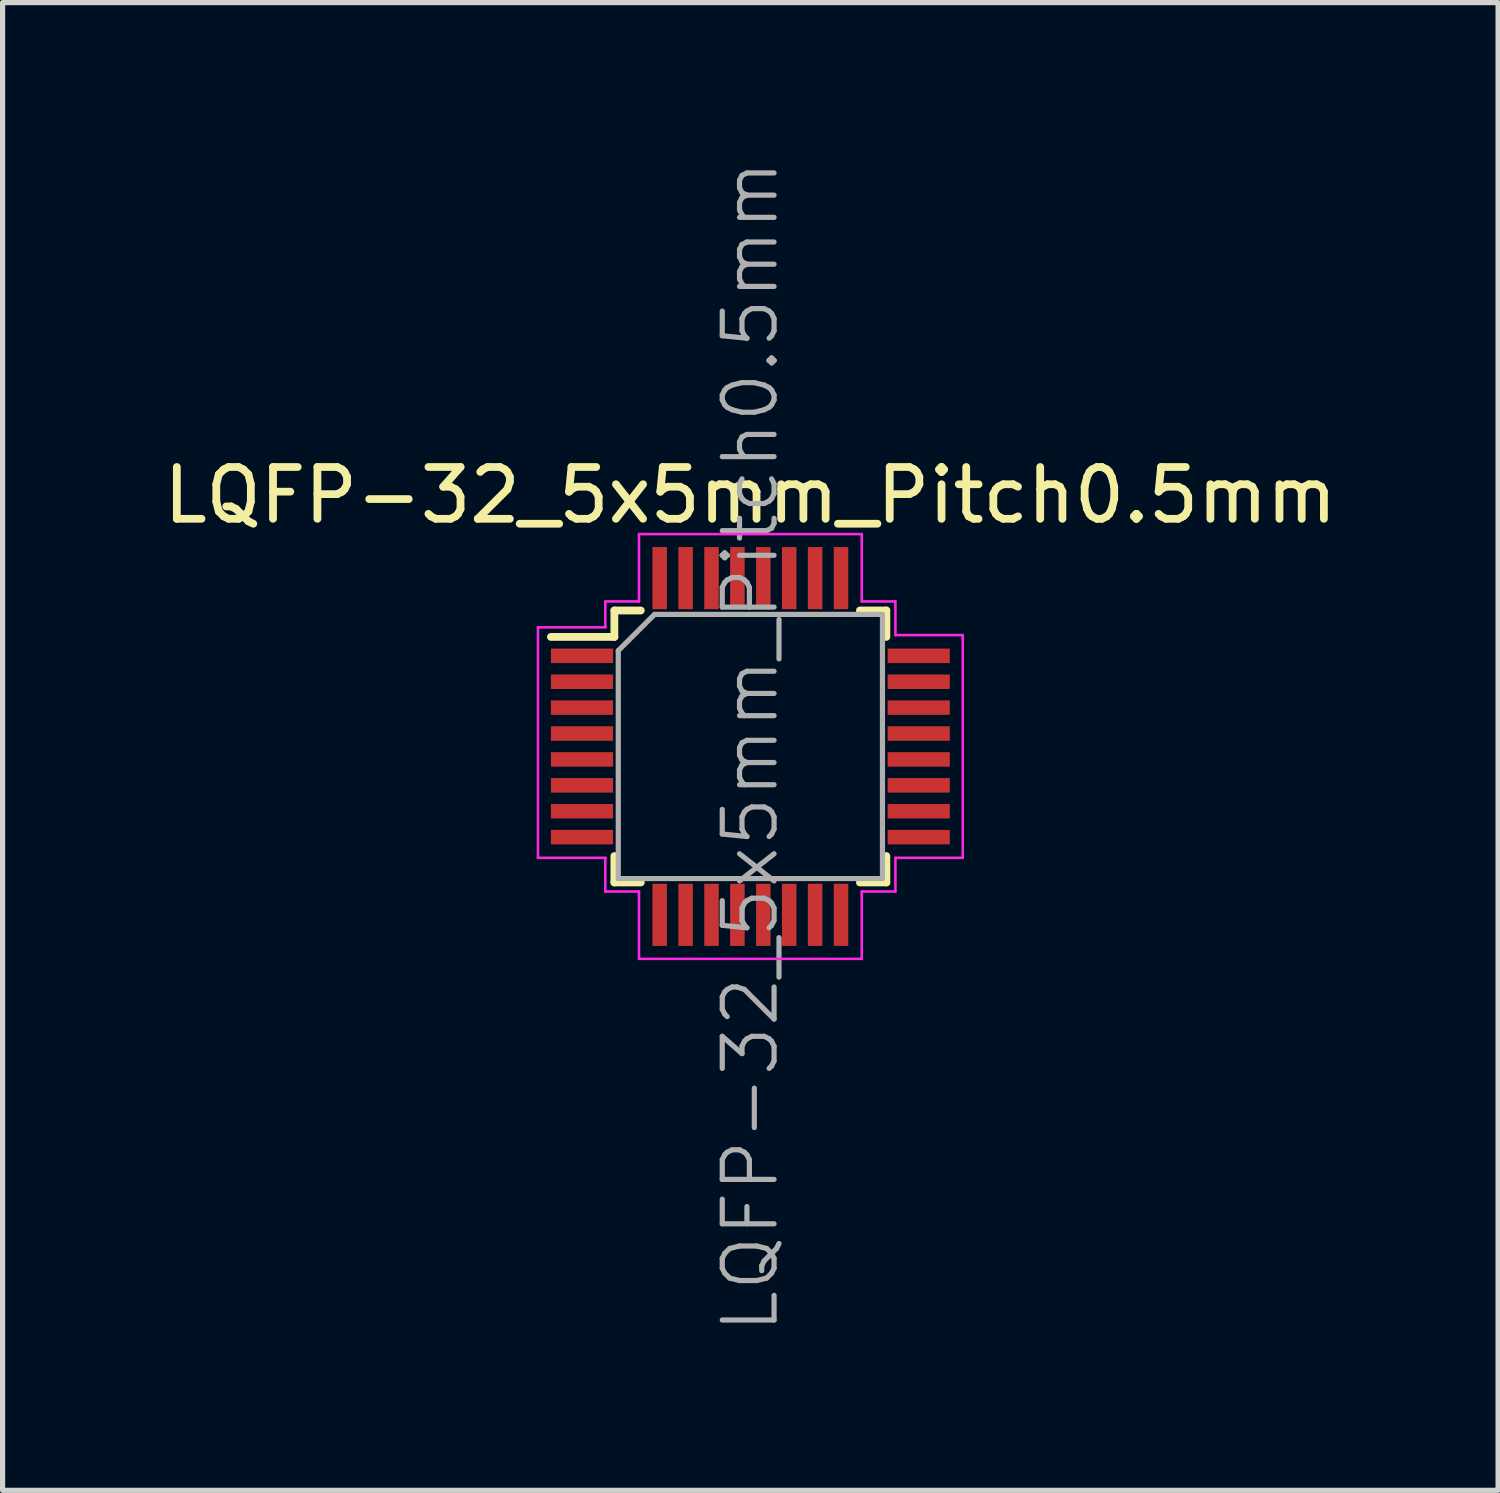
<source format=kicad_pcb>
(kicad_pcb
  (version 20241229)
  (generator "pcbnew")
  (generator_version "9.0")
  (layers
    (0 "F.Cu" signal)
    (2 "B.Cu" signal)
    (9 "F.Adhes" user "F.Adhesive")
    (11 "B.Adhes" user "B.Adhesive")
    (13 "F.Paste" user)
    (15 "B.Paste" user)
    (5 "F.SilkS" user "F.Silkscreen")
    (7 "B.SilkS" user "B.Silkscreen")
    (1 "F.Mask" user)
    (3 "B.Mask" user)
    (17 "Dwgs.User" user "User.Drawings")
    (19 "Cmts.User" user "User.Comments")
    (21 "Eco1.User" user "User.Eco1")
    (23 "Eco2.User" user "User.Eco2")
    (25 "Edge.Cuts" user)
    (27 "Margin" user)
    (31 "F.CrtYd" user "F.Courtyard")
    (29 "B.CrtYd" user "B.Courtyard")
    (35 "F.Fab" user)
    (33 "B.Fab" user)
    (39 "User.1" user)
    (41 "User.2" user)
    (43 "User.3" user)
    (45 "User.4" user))
  (footprint "LQFP-32_5x5mm_Pitch0.5mm"
    (layer "F.Cu")
    (at 11.435 11.36)
    (property "Reference" "LQFP-32_5x5mm_Pitch0.5mm" (at 0 -4.85 0) (layer "F.SilkS") (effects (font (size 1 1) (thickness 0.15))))
    (attr smd)
    (fp_line (start -2.625 -2.625) (end -2.625 -2.115) (stroke (width 0.15) (type solid)) (layer "F.SilkS"))
    (fp_line (start -2.625 -2.625) (end -2.115 -2.625) (stroke (width 0.15) (type solid)) (layer "F.SilkS"))
    (fp_line (start -2.625 -2.115) (end -3.85 -2.115) (stroke (width 0.15) (type solid)) (layer "F.SilkS"))
    (fp_line (start -2.625 2.625) (end -2.625 2.115) (stroke (width 0.15) (type solid)) (layer "F.SilkS"))
    (fp_line (start -2.625 2.625) (end -2.115 2.625) (stroke (width 0.15) (type solid)) (layer "F.SilkS"))
    (fp_line (start 2.625 -2.625) (end 2.115 -2.625) (stroke (width 0.15) (type solid)) (layer "F.SilkS"))
    (fp_line (start 2.625 -2.625) (end 2.625 -2.115) (stroke (width 0.15) (type solid)) (layer "F.SilkS"))
    (fp_line (start 2.625 2.625) (end 2.115 2.625) (stroke (width 0.15) (type solid)) (layer "F.SilkS"))
    (fp_line (start 2.625 2.625) (end 2.625 2.115) (stroke (width 0.15) (type solid)) (layer "F.SilkS"))
    (fp_line (start -4.1 -2.3) (end -4.1 2.15) (stroke (width 0.05) (type solid)) (layer "F.CrtYd"))
    (fp_line (start -4.1 -2.3) (end -2.8 -2.3) (stroke (width 0.05) (type solid)) (layer "F.CrtYd"))
    (fp_line (start -4.1 2.15) (end -2.8 2.15) (stroke (width 0.05) (type solid)) (layer "F.CrtYd"))
    (fp_line (start -2.8 -2.8) (end -2.8 -2.3) (stroke (width 0.05) (type solid)) (layer "F.CrtYd"))
    (fp_line (start -2.8 2.8) (end -2.8 2.15) (stroke (width 0.05) (type solid)) (layer "F.CrtYd"))
    (fp_line (start -2.15 -4.1) (end -2.15 -2.8) (stroke (width 0.05) (type solid)) (layer "F.CrtYd"))
    (fp_line (start -2.15 -2.8) (end -2.8 -2.8) (stroke (width 0.05) (type solid)) (layer "F.CrtYd"))
    (fp_line (start -2.15 2.8) (end -2.8 2.8) (stroke (width 0.05) (type solid)) (layer "F.CrtYd"))
    (fp_line (start -2.15 4.1) (end -2.15 2.8) (stroke (width 0.05) (type solid)) (layer "F.CrtYd"))
    (fp_line (start 2.15 -4.1) (end -2.15 -4.1) (stroke (width 0.05) (type solid)) (layer "F.CrtYd"))
    (fp_line (start 2.15 -4.1) (end 2.15 -2.8) (stroke (width 0.05) (type solid)) (layer "F.CrtYd"))
    (fp_line (start 2.15 -2.8) (end 2.8 -2.8) (stroke (width 0.05) (type solid)) (layer "F.CrtYd"))
    (fp_line (start 2.15 2.8) (end 2.8 2.8) (stroke (width 0.05) (type solid)) (layer "F.CrtYd"))
    (fp_line (start 2.15 4.1) (end -2.15 4.1) (stroke (width 0.05) (type solid)) (layer "F.CrtYd"))
    (fp_line (start 2.15 4.1) (end 2.15 2.8) (stroke (width 0.05) (type solid)) (layer "F.CrtYd"))
    (fp_line (start 2.8 -2.8) (end 2.8 -2.15) (stroke (width 0.05) (type solid)) (layer "F.CrtYd"))
    (fp_line (start 2.8 2.8) (end 2.8 2.15) (stroke (width 0.05) (type solid)) (layer "F.CrtYd"))
    (fp_line (start 4.1 -2.15) (end 2.8 -2.15) (stroke (width 0.05) (type solid)) (layer "F.CrtYd"))
    (fp_line (start 4.1 -2.15) (end 4.1 2.15) (stroke (width 0.05) (type solid)) (layer "F.CrtYd"))
    (fp_line (start 4.1 2.15) (end 2.8 2.15) (stroke (width 0.05) (type solid)) (layer "F.CrtYd"))
    (fp_line (start -2.55 -1.85) (end -1.85 -2.55) (stroke (width 0.1) (type solid)) (layer "F.Fab"))
    (fp_line (start -2.55 2.55) (end -2.55 -1.85) (stroke (width 0.1) (type solid)) (layer "F.Fab"))
    (fp_line (start 2.55 -2.55) (end -1.85 -2.55) (stroke (width 0.1) (type solid)) (layer "F.Fab"))
    (fp_line (start 2.55 2.55) (end -2.55 2.55) (stroke (width 0.1) (type solid)) (layer "F.Fab"))
    (fp_line (start 2.55 2.55) (end 2.55 -2.55) (stroke (width 0.1) (type solid)) (layer "F.Fab"))
    (fp_text user "${REFERENCE}" (at 0 0 90) (layer "F.Fab") (effects (font (size 1 1) (thickness 0.1))))
    (pad "1" smd rect (at -3.25 -1.75) (size 1.2 0.28) (layers "F.Cu" "F.Mask" "F.Paste"))
    (pad "2" smd rect (at -3.25 -1.25) (size 1.2 0.28) (layers "F.Cu" "F.Mask" "F.Paste"))
    (pad "3" smd rect (at -3.25 -0.75) (size 1.2 0.28) (layers "F.Cu" "F.Mask" "F.Paste"))
    (pad "4" smd rect (at -3.25 -0.25) (size 1.2 0.28) (layers "F.Cu" "F.Mask" "F.Paste"))
    (pad "5" smd rect (at -3.25 0.25) (size 1.2 0.28) (layers "F.Cu" "F.Mask" "F.Paste"))
    (pad "6" smd rect (at -3.25 0.75) (size 1.2 0.28) (layers "F.Cu" "F.Mask" "F.Paste"))
    (pad "7" smd rect (at -3.25 1.25) (size 1.2 0.28) (layers "F.Cu" "F.Mask" "F.Paste"))
    (pad "8" smd rect (at -3.25 1.75) (size 1.2 0.28) (layers "F.Cu" "F.Mask" "F.Paste"))
    (pad "9" smd rect (at -1.75 3.25 90) (size 1.2 0.28) (layers "F.Cu" "F.Mask" "F.Paste"))
    (pad "10" smd rect (at -1.25 3.25 90) (size 1.2 0.28) (layers "F.Cu" "F.Mask" "F.Paste"))
    (pad "11" smd rect (at -0.75 3.25 90) (size 1.2 0.28) (layers "F.Cu" "F.Mask" "F.Paste"))
    (pad "12" smd rect (at -0.25 3.25 90) (size 1.2 0.28) (layers "F.Cu" "F.Mask" "F.Paste"))
    (pad "13" smd rect (at 0.25 3.25 90) (size 1.2 0.28) (layers "F.Cu" "F.Mask" "F.Paste"))
    (pad "14" smd rect (at 0.75 3.25 90) (size 1.2 0.28) (layers "F.Cu" "F.Mask" "F.Paste"))
    (pad "15" smd rect (at 1.25 3.25 90) (size 1.2 0.28) (layers "F.Cu" "F.Mask" "F.Paste"))
    (pad "16" smd rect (at 1.75 3.25 90) (size 1.2 0.28) (layers "F.Cu" "F.Mask" "F.Paste"))
    (pad "17" smd rect (at 3.25 1.75) (size 1.2 0.28) (layers "F.Cu" "F.Mask" "F.Paste"))
    (pad "18" smd rect (at 3.25 1.25) (size 1.2 0.28) (layers "F.Cu" "F.Mask" "F.Paste"))
    (pad "19" smd rect (at 3.25 0.75) (size 1.2 0.28) (layers "F.Cu" "F.Mask" "F.Paste"))
    (pad "20" smd rect (at 3.25 0.25) (size 1.2 0.28) (layers "F.Cu" "F.Mask" "F.Paste"))
    (pad "21" smd rect (at 3.25 -0.25) (size 1.2 0.28) (layers "F.Cu" "F.Mask" "F.Paste"))
    (pad "22" smd rect (at 3.25 -0.75) (size 1.2 0.28) (layers "F.Cu" "F.Mask" "F.Paste"))
    (pad "23" smd rect (at 3.25 -1.25) (size 1.2 0.28) (layers "F.Cu" "F.Mask" "F.Paste"))
    (pad "24" smd rect (at 3.25 -1.75) (size 1.2 0.28) (layers "F.Cu" "F.Mask" "F.Paste"))
    (pad "25" smd rect (at 1.75 -3.25 90) (size 1.2 0.28) (layers "F.Cu" "F.Mask" "F.Paste"))
    (pad "26" smd rect (at 1.25 -3.25 90) (size 1.2 0.28) (layers "F.Cu" "F.Mask" "F.Paste"))
    (pad "27" smd rect (at 0.75 -3.25 90) (size 1.2 0.28) (layers "F.Cu" "F.Mask" "F.Paste"))
    (pad "28" smd rect (at 0.25 -3.25 90) (size 1.2 0.28) (layers "F.Cu" "F.Mask" "F.Paste"))
    (pad "29" smd rect (at -0.25 -3.25 90) (size 1.2 0.28) (layers "F.Cu" "F.Mask" "F.Paste"))
    (pad "30" smd rect (at -0.75 -3.25 90) (size 1.2 0.28) (layers "F.Cu" "F.Mask" "F.Paste"))
    (pad "31" smd rect (at -1.25 -3.25 90) (size 1.2 0.28) (layers "F.Cu" "F.Mask" "F.Paste"))
    (pad "32" smd rect (at -1.75 -3.25 90) (size 1.2 0.28) (layers "F.Cu" "F.Mask" "F.Paste")))
  (gr_rect
    (start -3 -3)
    (end 25.869 25.719)
    (stroke (width 0.1) (type default))
    (fill no)
    (layer "Edge.Cuts")))
</source>
